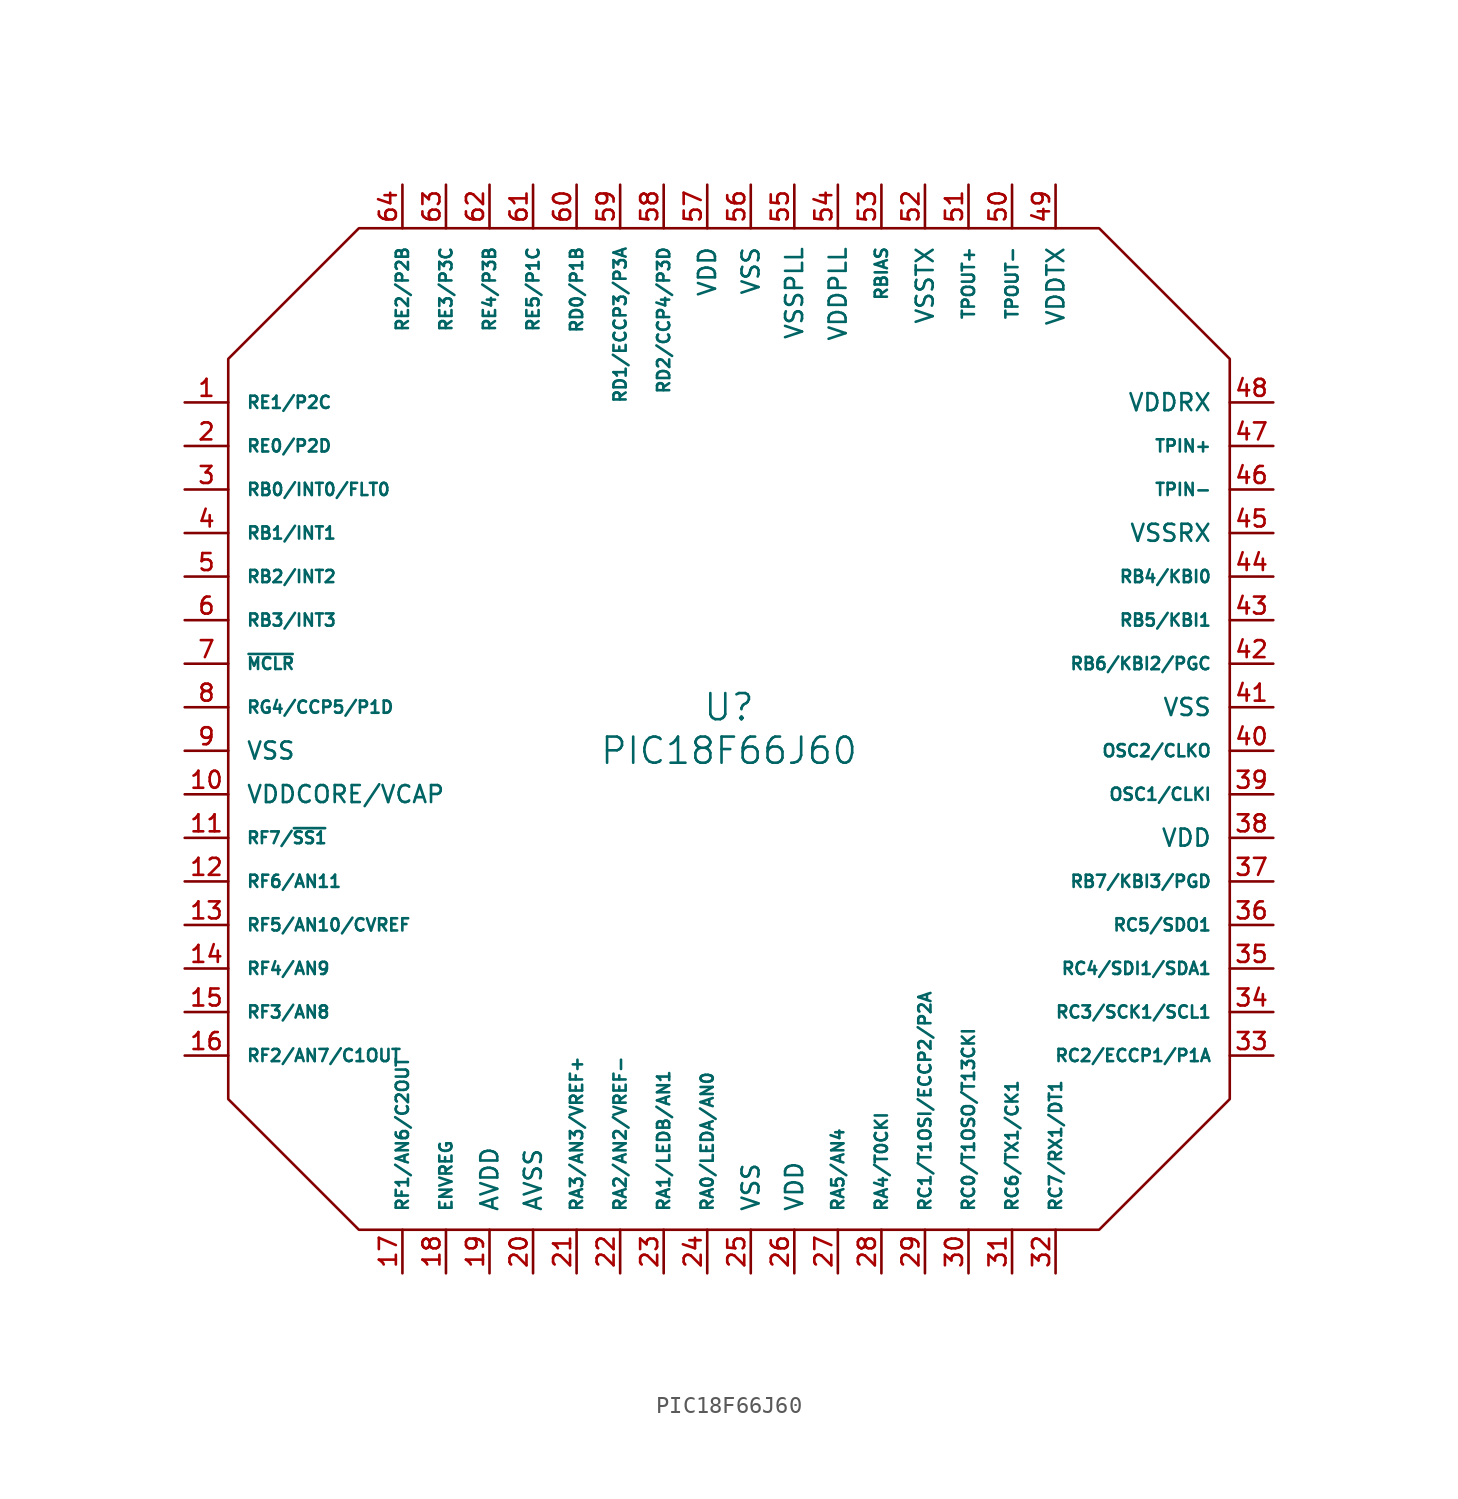
<source format=kicad_sym>
(kicad_symbol_lib
  (version 20220914)
  (generator kicad_symbol_editor)
  (symbol "PIC18F66J60"
    (pin_names
      (offset 1.016))
    (property "Reference" "U"
      (at 0 1.27 0)
      (effects (font (size 1.524 1.524))))
    (property "Value" "PIC18F66J60"
      (at 0 -1.27 0)
      (effects (font (size 1.524 1.524))))
    (property "Footprint" ""
      (at 0 0 0)
      (effects (font (size 1.524 1.524))))
    (property "Datasheet" ""
      (at 0 0 0)
      (effects (font (size 1.524 1.524))))
    (symbol "PIC18F66J60_0_1"
      (polyline (pts (xy -29.21 21.59) (xy -29.21 -21.59) (xy -21.59 -29.21) (xy 21.59 -29.21) (xy 29.21 -21.59) (xy 29.21 21.59) (xy 21.59 29.21) (xy -21.59 29.21) (xy -29.21 21.59)) (stroke (width 0) (type solid)) (fill (type none))))
    (symbol "PIC18F66J60_1_1"
      (pin passive line (at -31.75 19.05 0) (length 2.54) (name "RE1/P2C" (effects (font (size 0.711 0.711)))) (number "1" (effects (font (size 0.991 0.991)))))
      (pin passive line (at -31.75 -3.81 0) (length 2.54) (name "VDDCORE/VCAP" (effects (font (size 0.991 0.991)))) (number "10" (effects (font (size 0.991 0.991)))))
      (pin passive line (at -31.75 -6.35 0) (length 2.54) (name "RF7/~{SS1}" (effects (font (size 0.686 0.686)))) (number "11" (effects (font (size 0.991 0.991)))))
      (pin passive line (at -31.75 -8.89 0) (length 2.54) (name "RF6/AN11" (effects (font (size 0.711 0.711)))) (number "12" (effects (font (size 0.991 0.991)))))
      (pin passive line (at -31.75 -11.43 0) (length 2.54) (name "RF5/AN10/CVREF" (effects (font (size 0.711 0.711)))) (number "13" (effects (font (size 0.991 0.991)))))
      (pin passive line (at -31.75 -13.97 0) (length 2.54) (name "RF4/AN9" (effects (font (size 0.711 0.711)))) (number "14" (effects (font (size 0.991 0.991)))))
      (pin passive line (at -31.75 -16.51 0) (length 2.54) (name "RF3/AN8" (effects (font (size 0.711 0.711)))) (number "15" (effects (font (size 0.991 0.991)))))
      (pin passive line (at -31.75 -19.05 0) (length 2.54) (name "RF2/AN7/C1OUT" (effects (font (size 0.711 0.711)))) (number "16" (effects (font (size 0.991 0.991)))))
      (pin passive line (at -19.05 -31.75 90) (length 2.54) (name "RF1/AN6/C2OUT" (effects (font (size 0.711 0.711)))) (number "17" (effects (font (size 0.991 0.991)))))
      (pin passive line (at -16.51 -31.75 90) (length 2.54) (name "ENVREG" (effects (font (size 0.711 0.711)))) (number "18" (effects (font (size 0.991 0.991)))))
      (pin passive line (at -13.97 -31.75 90) (length 2.54) (name "AVDD" (effects (font (size 0.991 0.991)))) (number "19" (effects (font (size 0.991 0.991)))))
      (pin passive line (at -31.75 16.51 0) (length 2.54) (name "RE0/P2D" (effects (font (size 0.711 0.711)))) (number "2" (effects (font (size 0.991 0.991)))))
      (pin passive line (at -11.43 -31.75 90) (length 2.54) (name "AVSS" (effects (font (size 0.991 0.991)))) (number "20" (effects (font (size 0.991 0.991)))))
      (pin passive line (at -8.89 -31.75 90) (length 2.54) (name "RA3/AN3/VREF+" (effects (font (size 0.711 0.711)))) (number "21" (effects (font (size 0.991 0.991)))))
      (pin passive line (at -6.35 -31.75 90) (length 2.54) (name "RA2/AN2/VREF-" (effects (font (size 0.711 0.711)))) (number "22" (effects (font (size 0.991 0.991)))))
      (pin passive line (at -3.81 -31.75 90) (length 2.54) (name "RA1/LEDB/AN1" (effects (font (size 0.711 0.711)))) (number "23" (effects (font (size 0.991 0.991)))))
      (pin passive line (at -1.27 -31.75 90) (length 2.54) (name "RA0/LEDA/AN0" (effects (font (size 0.711 0.711)))) (number "24" (effects (font (size 0.991 0.991)))))
      (pin passive line (at 1.27 -31.75 90) (length 2.54) (name "VSS" (effects (font (size 0.991 0.991)))) (number "25" (effects (font (size 0.991 0.991)))))
      (pin passive line (at 3.81 -31.75 90) (length 2.54) (name "VDD" (effects (font (size 0.991 0.991)))) (number "26" (effects (font (size 0.991 0.991)))))
      (pin passive line (at 6.35 -31.75 90) (length 2.54) (name "RA5/AN4" (effects (font (size 0.711 0.711)))) (number "27" (effects (font (size 0.991 0.991)))))
      (pin passive line (at 8.89 -31.75 90) (length 2.54) (name "RA4/T0CKI" (effects (font (size 0.711 0.711)))) (number "28" (effects (font (size 0.991 0.991)))))
      (pin passive line (at 11.43 -31.75 90) (length 2.54) (name "RC1/T1OSI/ECCP2/P2A" (effects (font (size 0.711 0.711)))) (number "29" (effects (font (size 0.991 0.991)))))
      (pin passive line (at -31.75 13.97 0) (length 2.54) (name "RB0/INT0/FLT0" (effects (font (size 0.711 0.711)))) (number "3" (effects (font (size 0.991 0.991)))))
      (pin passive line (at 13.97 -31.75 90) (length 2.54) (name "RC0/T1OSO/T13CKI" (effects (font (size 0.711 0.711)))) (number "30" (effects (font (size 0.991 0.991)))))
      (pin passive line (at 16.51 -31.75 90) (length 2.54) (name "RC6/TX1/CK1" (effects (font (size 0.711 0.711)))) (number "31" (effects (font (size 0.991 0.991)))))
      (pin passive line (at 19.05 -31.75 90) (length 2.54) (name "RC7/RX1/DT1" (effects (font (size 0.711 0.711)))) (number "32" (effects (font (size 0.991 0.991)))))
      (pin passive line (at 31.75 -19.05 180) (length 2.54) (name "RC2/ECCP1/P1A" (effects (font (size 0.711 0.711)))) (number "33" (effects (font (size 0.991 0.991)))))
      (pin passive line (at 31.75 -16.51 180) (length 2.54) (name "RC3/SCK1/SCL1" (effects (font (size 0.711 0.711)))) (number "34" (effects (font (size 0.991 0.991)))))
      (pin passive line (at 31.75 -13.97 180) (length 2.54) (name "RC4/SDI1/SDA1" (effects (font (size 0.711 0.711)))) (number "35" (effects (font (size 0.991 0.991)))))
      (pin passive line (at 31.75 -11.43 180) (length 2.54) (name "RC5/SDO1" (effects (font (size 0.711 0.711)))) (number "36" (effects (font (size 0.991 0.991)))))
      (pin passive line (at 31.75 -8.89 180) (length 2.54) (name "RB7/KBI3/PGD" (effects (font (size 0.711 0.711)))) (number "37" (effects (font (size 0.991 0.991)))))
      (pin passive line (at 31.75 -6.35 180) (length 2.54) (name "VDD" (effects (font (size 0.991 0.991)))) (number "38" (effects (font (size 0.991 0.991)))))
      (pin passive line (at 31.75 -3.81 180) (length 2.54) (name "OSC1/CLKI" (effects (font (size 0.711 0.711)))) (number "39" (effects (font (size 0.991 0.991)))))
      (pin passive line (at -31.75 11.43 0) (length 2.54) (name "RB1/INT1" (effects (font (size 0.711 0.711)))) (number "4" (effects (font (size 0.991 0.991)))))
      (pin passive line (at 31.75 -1.27 180) (length 2.54) (name "OSC2/CLKO" (effects (font (size 0.711 0.711)))) (number "40" (effects (font (size 0.991 0.991)))))
      (pin passive line (at 31.75 1.27 180) (length 2.54) (name "VSS" (effects (font (size 0.991 0.991)))) (number "41" (effects (font (size 0.991 0.991)))))
      (pin passive line (at 31.75 3.81 180) (length 2.54) (name "RB6/KBI2/PGC" (effects (font (size 0.711 0.711)))) (number "42" (effects (font (size 0.991 0.991)))))
      (pin passive line (at 31.75 6.35 180) (length 2.54) (name "RB5/KBI1" (effects (font (size 0.711 0.711)))) (number "43" (effects (font (size 0.991 0.991)))))
      (pin passive line (at 31.75 8.89 180) (length 2.54) (name "RB4/KBI0" (effects (font (size 0.711 0.711)))) (number "44" (effects (font (size 0.991 0.991)))))
      (pin passive line (at 31.75 11.43 180) (length 2.54) (name "VSSRX" (effects (font (size 0.991 0.991)))) (number "45" (effects (font (size 0.991 0.991)))))
      (pin passive line (at 31.75 13.97 180) (length 2.54) (name "TPIN-" (effects (font (size 0.711 0.711)))) (number "46" (effects (font (size 0.991 0.991)))))
      (pin passive line (at 31.75 16.51 180) (length 2.54) (name "TPIN+" (effects (font (size 0.711 0.711)))) (number "47" (effects (font (size 0.991 0.991)))))
      (pin passive line (at 31.75 19.05 180) (length 2.54) (name "VDDRX" (effects (font (size 0.991 0.991)))) (number "48" (effects (font (size 0.991 0.991)))))
      (pin passive line (at 19.05 31.75 270) (length 2.54) (name "VDDTX" (effects (font (size 0.991 0.991)))) (number "49" (effects (font (size 0.991 0.991)))))
      (pin passive line (at -31.75 8.89 0) (length 2.54) (name "RB2/INT2" (effects (font (size 0.711 0.711)))) (number "5" (effects (font (size 0.991 0.991)))))
      (pin passive line (at 16.51 31.75 270) (length 2.54) (name "TPOUT-" (effects (font (size 0.711 0.711)))) (number "50" (effects (font (size 0.991 0.991)))))
      (pin passive line (at 13.97 31.75 270) (length 2.54) (name "TPOUT+" (effects (font (size 0.711 0.711)))) (number "51" (effects (font (size 0.991 0.991)))))
      (pin passive line (at 11.43 31.75 270) (length 2.54) (name "VSSTX" (effects (font (size 0.991 0.991)))) (number "52" (effects (font (size 0.991 0.991)))))
      (pin passive line (at 8.89 31.75 270) (length 2.54) (name "RBIAS" (effects (font (size 0.711 0.711)))) (number "53" (effects (font (size 0.991 0.991)))))
      (pin passive line (at 6.35 31.75 270) (length 2.54) (name "VDDPLL" (effects (font (size 0.991 0.991)))) (number "54" (effects (font (size 0.991 0.991)))))
      (pin passive line (at 3.81 31.75 270) (length 2.54) (name "VSSPLL" (effects (font (size 0.991 0.991)))) (number "55" (effects (font (size 0.991 0.991)))))
      (pin passive line (at 1.27 31.75 270) (length 2.54) (name "VSS" (effects (font (size 0.991 0.991)))) (number "56" (effects (font (size 0.991 0.991)))))
      (pin passive line (at -1.27 31.75 270) (length 2.54) (name "VDD" (effects (font (size 0.991 0.991)))) (number "57" (effects (font (size 0.991 0.991)))))
      (pin passive line (at -3.81 31.75 270) (length 2.54) (name "RD2/CCP4/P3D" (effects (font (size 0.711 0.711)))) (number "58" (effects (font (size 0.991 0.991)))))
      (pin passive line (at -6.35 31.75 270) (length 2.54) (name "RD1/ECCP3/P3A" (effects (font (size 0.711 0.711)))) (number "59" (effects (font (size 0.991 0.991)))))
      (pin passive line (at -31.75 6.35 0) (length 2.54) (name "RB3/INT3" (effects (font (size 0.711 0.711)))) (number "6" (effects (font (size 0.991 0.991)))))
      (pin passive line (at -8.89 31.75 270) (length 2.54) (name "RD0/P1B" (effects (font (size 0.711 0.711)))) (number "60" (effects (font (size 0.991 0.991)))))
      (pin passive line (at -11.43 31.75 270) (length 2.54) (name "RE5/P1C" (effects (font (size 0.711 0.711)))) (number "61" (effects (font (size 0.991 0.991)))))
      (pin passive line (at -13.97 31.75 270) (length 2.54) (name "RE4/P3B" (effects (font (size 0.711 0.711)))) (number "62" (effects (font (size 0.991 0.991)))))
      (pin passive line (at -16.51 31.75 270) (length 2.54) (name "RE3/P3C" (effects (font (size 0.711 0.711)))) (number "63" (effects (font (size 0.991 0.991)))))
      (pin passive line (at -19.05 31.75 270) (length 2.54) (name "RE2/P2B" (effects (font (size 0.711 0.711)))) (number "64" (effects (font (size 0.991 0.991)))))
      (pin passive line (at -31.75 3.81 0) (length 2.54) (name "~{MCLR}" (effects (font (size 0.686 0.686)))) (number "7" (effects (font (size 0.991 0.991)))))
      (pin passive line (at -31.75 1.27 0) (length 2.54) (name "RG4/CCP5/P1D" (effects (font (size 0.711 0.711)))) (number "8" (effects (font (size 0.991 0.991)))))
      (pin passive line (at -31.75 -1.27 0) (length 2.54) (name "VSS" (effects (font (size 0.991 0.991)))) (number "9" (effects (font (size 0.991 0.991))))))))
</source>
